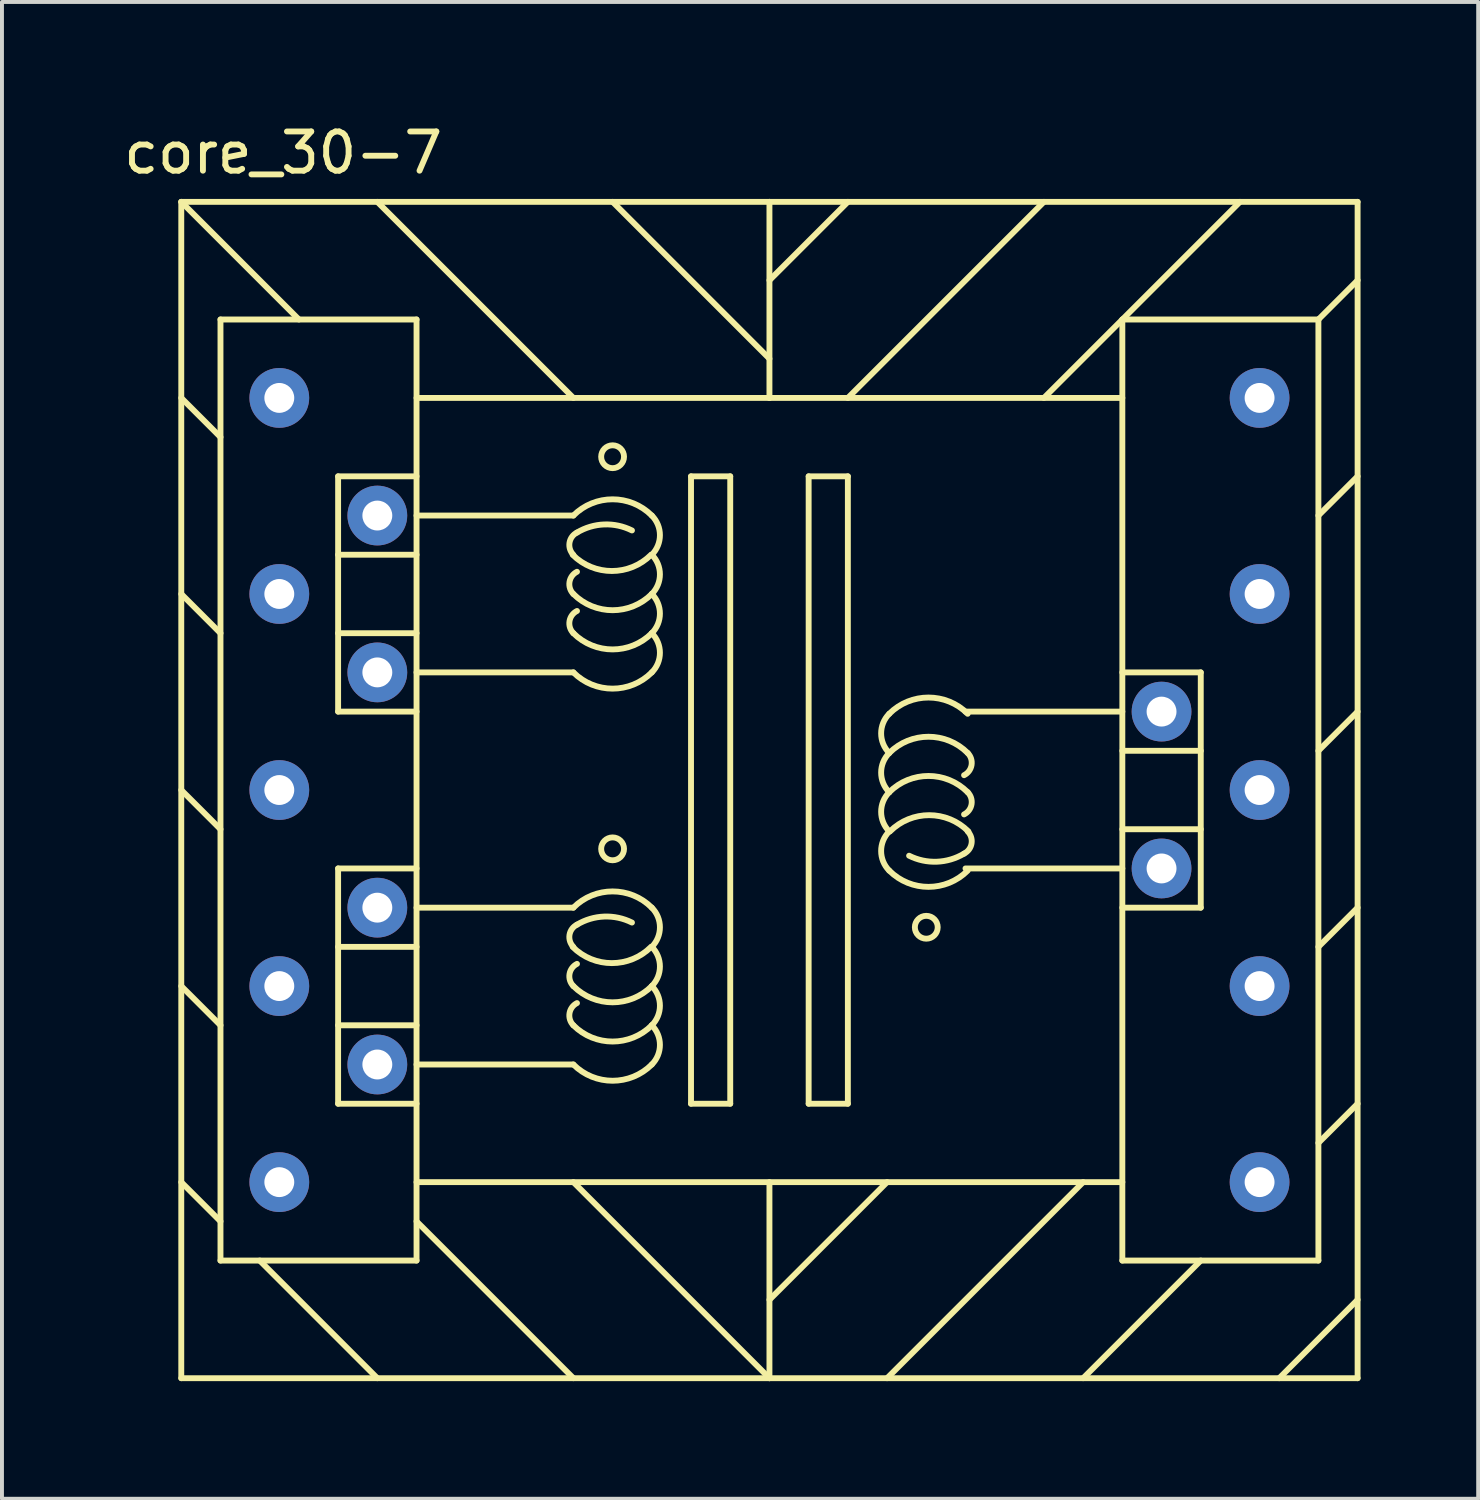
<source format=kicad_pcb>
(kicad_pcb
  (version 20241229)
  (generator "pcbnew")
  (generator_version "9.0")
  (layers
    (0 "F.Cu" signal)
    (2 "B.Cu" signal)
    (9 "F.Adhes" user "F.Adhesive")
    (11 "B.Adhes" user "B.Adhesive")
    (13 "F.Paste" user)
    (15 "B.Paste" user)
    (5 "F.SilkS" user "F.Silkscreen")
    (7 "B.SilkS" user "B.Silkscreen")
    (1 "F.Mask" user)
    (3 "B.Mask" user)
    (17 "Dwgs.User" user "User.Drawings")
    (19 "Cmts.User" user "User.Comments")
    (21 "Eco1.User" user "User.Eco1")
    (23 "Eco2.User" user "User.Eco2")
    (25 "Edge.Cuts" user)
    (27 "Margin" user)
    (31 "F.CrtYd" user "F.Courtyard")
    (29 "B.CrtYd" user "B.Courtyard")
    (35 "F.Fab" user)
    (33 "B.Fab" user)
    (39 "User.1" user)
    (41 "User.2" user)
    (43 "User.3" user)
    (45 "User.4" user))
  (footprint "core_30-7"
    (layer "F.Cu")
    (at 16.573 17.098)
    (property "Reference" "core_30-7" (at -12.4 -16.25 0) (layer "F.SilkS") (effects (font (size 1 1) (thickness 0.15))))
    (attr through_hole)
    (fp_line (start -15 -15) (end -12 -12) (stroke (width 0.15) (type solid)) (layer "F.SilkS"))
    (fp_line (start -15 -15) (end 0 -15) (stroke (width 0.15) (type solid)) (layer "F.SilkS"))
    (fp_line (start -15 -10) (end -14 -9) (stroke (width 0.15) (type solid)) (layer "F.SilkS"))
    (fp_line (start -15 -5) (end -14 -4) (stroke (width 0.15) (type solid)) (layer "F.SilkS"))
    (fp_line (start -15 0) (end -14 1) (stroke (width 0.15) (type solid)) (layer "F.SilkS"))
    (fp_line (start -15 5) (end -14 6) (stroke (width 0.15) (type solid)) (layer "F.SilkS"))
    (fp_line (start -15 15) (end -15 -15) (stroke (width 0.15) (type solid)) (layer "F.SilkS"))
    (fp_line (start -14 -12) (end -14 12) (stroke (width 0.15) (type solid)) (layer "F.SilkS"))
    (fp_line (start -14 11) (end -15 10) (stroke (width 0.15) (type solid)) (layer "F.SilkS"))
    (fp_line (start -13 12) (end -10 15) (stroke (width 0.15) (type solid)) (layer "F.SilkS"))
    (fp_line (start -11 -8) (end -11 -2) (stroke (width 0.15) (type solid)) (layer "F.SilkS"))
    (fp_line (start -11 -6) (end -9 -6) (stroke (width 0.15) (type solid)) (layer "F.SilkS"))
    (fp_line (start -11 -4) (end -9 -4) (stroke (width 0.15) (type solid)) (layer "F.SilkS"))
    (fp_line (start -11 -2) (end -9 -2) (stroke (width 0.15) (type solid)) (layer "F.SilkS"))
    (fp_line (start -11 2) (end -11 8) (stroke (width 0.15) (type solid)) (layer "F.SilkS"))
    (fp_line (start -11 4) (end -9 4) (stroke (width 0.15) (type solid)) (layer "F.SilkS"))
    (fp_line (start -11 6) (end -9 6) (stroke (width 0.15) (type solid)) (layer "F.SilkS"))
    (fp_line (start -11 8) (end -9 8) (stroke (width 0.15) (type solid)) (layer "F.SilkS"))
    (fp_line (start -10 -15) (end -5 -10) (stroke (width 0.15) (type solid)) (layer "F.SilkS"))
    (fp_line (start -9 -12) (end -14 -12) (stroke (width 0.15) (type solid)) (layer "F.SilkS"))
    (fp_line (start -9 -12) (end -9 12) (stroke (width 0.15) (type solid)) (layer "F.SilkS"))
    (fp_line (start -9 -8) (end -11 -8) (stroke (width 0.15) (type solid)) (layer "F.SilkS"))
    (fp_line (start -9 -7) (end -5 -7) (stroke (width 0.15) (type solid)) (layer "F.SilkS"))
    (fp_line (start -9 2) (end -11 2) (stroke (width 0.15) (type solid)) (layer "F.SilkS"))
    (fp_line (start -9 3) (end -5 3) (stroke (width 0.15) (type solid)) (layer "F.SilkS"))
    (fp_line (start -9 10) (end 9 10) (stroke (width 0.15) (type solid)) (layer "F.SilkS"))
    (fp_line (start -9 11) (end -5 15) (stroke (width 0.15) (type solid)) (layer "F.SilkS"))
    (fp_line (start -9 12) (end -14 12) (stroke (width 0.15) (type solid)) (layer "F.SilkS"))
    (fp_line (start -5 -3) (end -9 -3) (stroke (width 0.15) (type solid)) (layer "F.SilkS"))
    (fp_line (start -5 7) (end -9 7) (stroke (width 0.15) (type solid)) (layer "F.SilkS"))
    (fp_line (start -5 10) (end 0 15) (stroke (width 0.15) (type solid)) (layer "F.SilkS"))
    (fp_line (start -4 -15) (end 0 -11) (stroke (width 0.15) (type solid)) (layer "F.SilkS"))
    (fp_line (start -2 -8) (end -2 8) (stroke (width 0.15) (type solid)) (layer "F.SilkS"))
    (fp_line (start -2 8) (end -1 8) (stroke (width 0.15) (type solid)) (layer "F.SilkS"))
    (fp_line (start -1 -8) (end -2 -8) (stroke (width 0.15) (type solid)) (layer "F.SilkS"))
    (fp_line (start -1 -8) (end -1 8) (stroke (width 0.15) (type solid)) (layer "F.SilkS"))
    (fp_line (start 0 -15) (end 0 -10) (stroke (width 0.15) (type solid)) (layer "F.SilkS"))
    (fp_line (start 0 -15) (end 15 -15) (stroke (width 0.15) (type solid)) (layer "F.SilkS"))
    (fp_line (start 0 -13) (end 2 -15) (stroke (width 0.15) (type solid)) (layer "F.SilkS"))
    (fp_line (start 0 -10) (end -9 -10) (stroke (width 0.15) (type solid)) (layer "F.SilkS"))
    (fp_line (start 0 10) (end 0 15) (stroke (width 0.15) (type solid)) (layer "F.SilkS"))
    (fp_line (start 1 -8) (end 1 8) (stroke (width 0.15) (type solid)) (layer "F.SilkS"))
    (fp_line (start 1 8) (end 2 8) (stroke (width 0.15) (type solid)) (layer "F.SilkS"))
    (fp_line (start 2 -8) (end 1 -8) (stroke (width 0.15) (type solid)) (layer "F.SilkS"))
    (fp_line (start 2 8) (end 2 -8) (stroke (width 0.15) (type solid)) (layer "F.SilkS"))
    (fp_line (start 3 10) (end 0 13) (stroke (width 0.15) (type solid)) (layer "F.SilkS"))
    (fp_line (start 3 15) (end 8 10) (stroke (width 0.15) (type solid)) (layer "F.SilkS"))
    (fp_line (start 5 -2) (end 9 -2) (stroke (width 0.15) (type solid)) (layer "F.SilkS"))
    (fp_line (start 7 -15) (end 2 -10) (stroke (width 0.15) (type solid)) (layer "F.SilkS"))
    (fp_line (start 9 -10) (end 0 -10) (stroke (width 0.15) (type solid)) (layer "F.SilkS"))
    (fp_line (start 9 -3) (end 11 -3) (stroke (width 0.15) (type solid)) (layer "F.SilkS"))
    (fp_line (start 9 -1) (end 11 -1) (stroke (width 0.15) (type solid)) (layer "F.SilkS"))
    (fp_line (start 9 1) (end 11 1) (stroke (width 0.15) (type solid)) (layer "F.SilkS"))
    (fp_line (start 9 2) (end 5 2) (stroke (width 0.15) (type solid)) (layer "F.SilkS"))
    (fp_line (start 9 12) (end 9 -12) (stroke (width 0.15) (type solid)) (layer "F.SilkS"))
    (fp_line (start 9 12) (end 14 12) (stroke (width 0.15) (type solid)) (layer "F.SilkS"))
    (fp_line (start 11 -3) (end 11 3) (stroke (width 0.15) (type solid)) (layer "F.SilkS"))
    (fp_line (start 11 3) (end 9 3) (stroke (width 0.15) (type solid)) (layer "F.SilkS"))
    (fp_line (start 11 12) (end 8 15) (stroke (width 0.15) (type solid)) (layer "F.SilkS"))
    (fp_line (start 12 -15) (end 7 -10) (stroke (width 0.15) (type solid)) (layer "F.SilkS"))
    (fp_line (start 14 -12) (end 9 -12) (stroke (width 0.15) (type solid)) (layer "F.SilkS"))
    (fp_line (start 14 12) (end 14 -12) (stroke (width 0.15) (type solid)) (layer "F.SilkS"))
    (fp_line (start 15 -15) (end 15 15) (stroke (width 0.15) (type solid)) (layer "F.SilkS"))
    (fp_line (start 15 -13) (end 14 -12) (stroke (width 0.15) (type solid)) (layer "F.SilkS"))
    (fp_line (start 15 -8) (end 14 -7) (stroke (width 0.15) (type solid)) (layer "F.SilkS"))
    (fp_line (start 15 -2) (end 14 -1) (stroke (width 0.15) (type solid)) (layer "F.SilkS"))
    (fp_line (start 15 3) (end 14 4) (stroke (width 0.15) (type solid)) (layer "F.SilkS"))
    (fp_line (start 15 8) (end 14 9) (stroke (width 0.15) (type solid)) (layer "F.SilkS"))
    (fp_line (start 15 13) (end 13 15) (stroke (width 0.15) (type solid)) (layer "F.SilkS"))
    (fp_line (start 15 15) (end -15 15) (stroke (width 0.15) (type solid)) (layer "F.SilkS"))
    (fp_arc (start -5 -7) (mid -4 -7.414214) (end -3 -7) (stroke (width 0.15) (type solid)) (layer "F.SilkS"))
    (fp_arc (start -5 -6) (mid -5.098988 -6.306633) (end -4.908113 -6.566228) (stroke (width 0.15) (type solid)) (layer "F.SilkS"))
    (fp_arc (start -5 -5) (mid -5.098988 -5.306633) (end -4.908113 -5.566228) (stroke (width 0.15) (type solid)) (layer "F.SilkS"))
    (fp_arc (start -5 -4) (mid -5.098988 -4.306633) (end -4.908113 -4.566228) (stroke (width 0.15) (type solid)) (layer "F.SilkS"))
    (fp_arc (start -5 3) (mid -4 2.585786) (end -3 3) (stroke (width 0.15) (type solid)) (layer "F.SilkS"))
    (fp_arc (start -5 4) (mid -5.098988 3.693367) (end -4.908113 3.433772) (stroke (width 0.15) (type solid)) (layer "F.SilkS"))
    (fp_arc (start -5 5) (mid -5.098988 4.693367) (end -4.908113 4.433772) (stroke (width 0.15) (type solid)) (layer "F.SilkS"))
    (fp_arc (start -5 6) (mid -5.098988 5.693367) (end -4.908113 5.433772) (stroke (width 0.15) (type solid)) (layer "F.SilkS"))
    (fp_arc (start -4.908113 -6.566228) (mid -4.214055 -6.772892) (end -3.506192 -6.620068) (stroke (width 0.15) (type solid)) (layer "F.SilkS"))
    (fp_arc (start -4.908113 3.433772) (mid -4.214055 3.227108) (end -3.506192 3.379932) (stroke (width 0.15) (type solid)) (layer "F.SilkS"))
    (fp_arc (start -3.018442 -6) (mid -4.018442 -5.585786) (end -5.018442 -6) (stroke (width 0.15) (type solid)) (layer "F.SilkS"))
    (fp_arc (start -3.018442 4) (mid -4.018442 4.414214) (end -5.018442 4) (stroke (width 0.15) (type solid)) (layer "F.SilkS"))
    (fp_arc (start -3 -7) (mid -2.792893 -6.5) (end -3 -6) (stroke (width 0.15) (type solid)) (layer "F.SilkS"))
    (fp_arc (start -3 -6) (mid -2.792893 -5.5) (end -3 -5) (stroke (width 0.15) (type solid)) (layer "F.SilkS"))
    (fp_arc (start -3 -5) (mid -4 -4.585786) (end -5 -5) (stroke (width 0.15) (type solid)) (layer "F.SilkS"))
    (fp_arc (start -3 -5) (mid -2.792893 -4.5) (end -3 -4) (stroke (width 0.15) (type solid)) (layer "F.SilkS"))
    (fp_arc (start -3 -4) (mid -4 -3.585786) (end -5 -4) (stroke (width 0.15) (type solid)) (layer "F.SilkS"))
    (fp_arc (start -3 -4) (mid -2.792893 -3.5) (end -3 -3) (stroke (width 0.15) (type solid)) (layer "F.SilkS"))
    (fp_arc (start -3 -3) (mid -4 -2.585786) (end -5 -3) (stroke (width 0.15) (type solid)) (layer "F.SilkS"))
    (fp_arc (start -3 3) (mid -2.792893 3.5) (end -3 4) (stroke (width 0.15) (type solid)) (layer "F.SilkS"))
    (fp_arc (start -3 4) (mid -2.792893 4.5) (end -3 5) (stroke (width 0.15) (type solid)) (layer "F.SilkS"))
    (fp_arc (start -3 5) (mid -4 5.414214) (end -5 5) (stroke (width 0.15) (type solid)) (layer "F.SilkS"))
    (fp_arc (start -3 5) (mid -2.792893 5.5) (end -3 6) (stroke (width 0.15) (type solid)) (layer "F.SilkS"))
    (fp_arc (start -3 6) (mid -4 6.414214) (end -5 6) (stroke (width 0.15) (type solid)) (layer "F.SilkS"))
    (fp_arc (start -3 6) (mid -2.792893 6.5) (end -3 7) (stroke (width 0.15) (type solid)) (layer "F.SilkS"))
    (fp_arc (start -3 7) (mid -4 7.414214) (end -5 7) (stroke (width 0.15) (type solid)) (layer "F.SilkS"))
    (fp_arc (start 3.055694 -1.944556) (mid 4.055694 -2.35877) (end 5.055694 -1.944556) (stroke (width 0.15) (type solid)) (layer "F.SilkS"))
    (fp_arc (start 3.055694 -0.944556) (mid 2.848587 -1.444556) (end 3.055694 -1.944556) (stroke (width 0.15) (type solid)) (layer "F.SilkS"))
    (fp_arc (start 3.055694 -0.944556) (mid 4.055694 -1.35877) (end 5.055694 -0.944556) (stroke (width 0.15) (type solid)) (layer "F.SilkS"))
    (fp_arc (start 3.055694 0.055444) (mid 2.848587 -0.444556) (end 3.055694 -0.944556) (stroke (width 0.15) (type solid)) (layer "F.SilkS"))
    (fp_arc (start 3.055694 0.055444) (mid 4.055694 -0.35877) (end 5.055694 0.055444) (stroke (width 0.15) (type solid)) (layer "F.SilkS"))
    (fp_arc (start 3.055694 1.055444) (mid 2.848587 0.555444) (end 3.055694 0.055444) (stroke (width 0.15) (type solid)) (layer "F.SilkS"))
    (fp_arc (start 3.055694 2.055444) (mid 2.848587 1.555444) (end 3.055694 1.055444) (stroke (width 0.15) (type solid)) (layer "F.SilkS"))
    (fp_arc (start 3.074136 1.055444) (mid 4.074136 0.64123) (end 5.074136 1.055444) (stroke (width 0.15) (type solid)) (layer "F.SilkS"))
    (fp_arc (start 4.963807 1.621672) (mid 4.269749 1.828336) (end 3.561886 1.675512) (stroke (width 0.15) (type solid)) (layer "F.SilkS"))
    (fp_arc (start 5.055694 -0.944556) (mid 5.154682 -0.637923) (end 4.963807 -0.378328) (stroke (width 0.15) (type solid)) (layer "F.SilkS"))
    (fp_arc (start 5.055694 0.055444) (mid 5.154682 0.362077) (end 4.963807 0.621672) (stroke (width 0.15) (type solid)) (layer "F.SilkS"))
    (fp_arc (start 5.055694 1.055444) (mid 5.154682 1.362077) (end 4.963807 1.621672) (stroke (width 0.15) (type solid)) (layer "F.SilkS"))
    (fp_arc (start 5.055694 2.055444) (mid 4.055694 2.469658) (end 3.055694 2.055444) (stroke (width 0.15) (type solid)) (layer "F.SilkS"))
    (fp_circle (center -4 -8.5) (end -3.75 -8.35) (stroke (width 0.15) (type solid)) (fill no) (layer "F.SilkS"))
    (fp_circle (center -4 1.5) (end -3.75 1.65) (stroke (width 0.15) (type solid)) (fill no) (layer "F.SilkS"))
    (fp_circle (center 4 3.5) (end 4.25 3.65) (stroke (width 0.15) (type solid)) (fill no) (layer "F.SilkS"))
    (pad "1" thru_hole circle (at -10 3) (size 1.524 1.524) (drill 0.762) (layers "*.Cu" "*.Mask"))
    (pad "2" thru_hole circle (at -10 7) (size 1.524 1.524) (drill 0.762) (layers "*.Cu" "*.Mask"))
    (pad "3" thru_hole circle (at 10 2) (size 1.524 1.524) (drill 0.762) (layers "*.Cu" "*.Mask"))
    (pad "4" thru_hole circle (at 10 -2) (size 1.524 1.524) (drill 0.762) (layers "*.Cu" "*.Mask"))
    (pad "5" thru_hole circle (at -10 -7) (size 1.524 1.524) (drill 0.762) (layers "*.Cu" "*.Mask"))
    (pad "6" thru_hole circle (at -10 -3) (size 1.524 1.524) (drill 0.762) (layers "*.Cu" "*.Mask"))
    (pad "GND" thru_hole circle (at -12.5 -10) (size 1.524 1.524) (drill 0.762) (layers "*.Cu" "*.Mask"))
    (pad "GND" thru_hole circle (at -12.5 -5) (size 1.524 1.524) (drill 0.762) (layers "*.Cu" "*.Mask"))
    (pad "GND" thru_hole circle (at -12.5 0) (size 1.524 1.524) (drill 0.762) (layers "*.Cu" "*.Mask"))
    (pad "GND" thru_hole circle (at -12.5 5) (size 1.524 1.524) (drill 0.762) (layers "*.Cu" "*.Mask"))
    (pad "GND" thru_hole circle (at -12.5 10) (size 1.524 1.524) (drill 0.762) (layers "*.Cu" "*.Mask"))
    (pad "GND" thru_hole circle (at 12.5 -10) (size 1.524 1.524) (drill 0.762) (layers "*.Cu" "*.Mask"))
    (pad "GND" thru_hole circle (at 12.5 -5) (size 1.524 1.524) (drill 0.762) (layers "*.Cu" "*.Mask"))
    (pad "GND" thru_hole circle (at 12.5 0) (size 1.524 1.524) (drill 0.762) (layers "*.Cu" "*.Mask"))
    (pad "GND" thru_hole circle (at 12.5 5) (size 1.524 1.524) (drill 0.762) (layers "*.Cu" "*.Mask"))
    (pad "GND" thru_hole circle (at 12.5 10) (size 1.524 1.524) (drill 0.762) (layers "*.Cu" "*.Mask")))
  (gr_rect
    (start -3 -3)
    (end 34.648 35.173)
    (stroke (width 0.1) (type default))
    (fill no)
    (layer "Edge.Cuts")))
</source>
